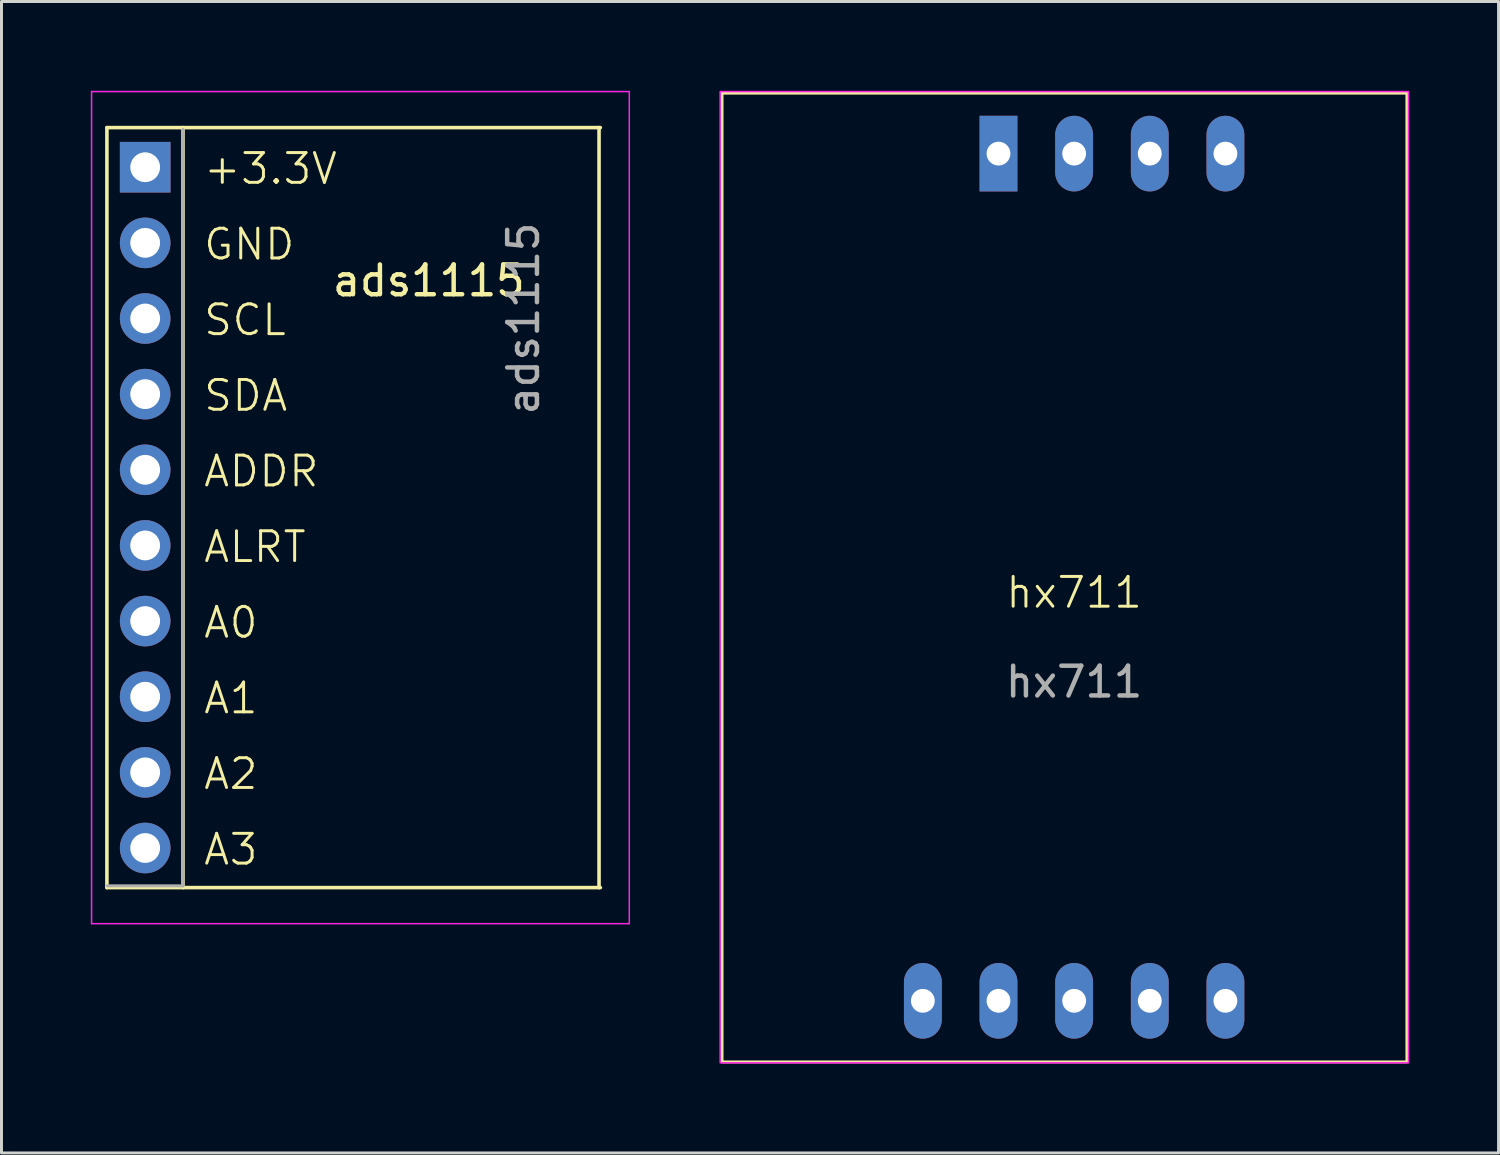
<source format=kicad_pcb>
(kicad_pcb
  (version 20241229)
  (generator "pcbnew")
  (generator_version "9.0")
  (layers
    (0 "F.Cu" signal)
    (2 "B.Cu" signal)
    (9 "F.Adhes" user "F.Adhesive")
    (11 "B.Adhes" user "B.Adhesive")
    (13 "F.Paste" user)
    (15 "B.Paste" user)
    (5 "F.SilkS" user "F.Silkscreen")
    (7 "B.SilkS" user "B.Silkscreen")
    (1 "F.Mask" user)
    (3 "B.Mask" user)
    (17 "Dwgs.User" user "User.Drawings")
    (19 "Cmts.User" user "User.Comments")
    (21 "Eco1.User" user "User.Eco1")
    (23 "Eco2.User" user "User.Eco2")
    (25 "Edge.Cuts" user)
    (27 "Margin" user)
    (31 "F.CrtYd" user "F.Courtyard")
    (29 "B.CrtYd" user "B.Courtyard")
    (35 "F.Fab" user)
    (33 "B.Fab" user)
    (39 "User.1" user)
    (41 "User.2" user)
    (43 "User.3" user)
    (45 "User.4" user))
  (footprint "hx711"
    (layer "F.Cu")
    (at 33.018 17.348)
    (property "Reference" "hx711" (at 0 -0.5 0) (unlocked yes) (layer "F.SilkS") (effects (font (size 1 1) (thickness 0.1))))
    (attr through_hole)
    (fp_rect (start -11.824 -17.272) (end 11.176 15.26) (stroke (width 0.1) (type solid)) (fill no) (layer "F.SilkS"))
    (fp_rect (start -11.887 -17.323) (end 11.227 15.291) (stroke (width 0.05) (type default)) (fill no) (layer "F.CrtYd"))
    (fp_text user "${REFERENCE}" (at 0 2.5 0) (unlocked yes) (layer "F.Fab") (effects (font (size 1 1) (thickness 0.15))))
    (pad "1" thru_hole rect (at -2.54 -15.24 90) (size 2.54 1.27) (drill 0.8) (layers "*.Cu" "*.Mask"))
    (pad "2" thru_hole oval (at 0 -15.24 90) (size 2.54 1.27) (drill 0.8) (layers "*.Cu" "*.Mask"))
    (pad "3" thru_hole oval (at 2.54 -15.24 90) (size 2.54 1.27) (drill 0.8) (layers "*.Cu" "*.Mask"))
    (pad "4" thru_hole oval (at 5.08 -15.24 90) (size 2.54 1.27) (drill 0.8) (layers "*.Cu" "*.Mask"))
    (pad "5" thru_hole oval (at 5.08 13.208 90) (size 2.54 1.27) (drill 0.8) (layers "*.Cu" "*.Mask"))
    (pad "6" thru_hole oval (at 2.54 13.208 90) (size 2.54 1.27) (drill 0.8) (layers "*.Cu" "*.Mask"))
    (pad "7" thru_hole oval (at 0 13.208 90) (size 2.54 1.27) (drill 0.8) (layers "*.Cu" "*.Mask"))
    (pad "8" thru_hole oval (at -2.54 13.208 90) (size 2.54 1.27) (drill 0.8) (layers "*.Cu" "*.Mask"))
    (pad "9" thru_hole oval (at -5.08 13.208 90) (size 2.54 1.27) (drill 0.8) (layers "*.Cu" "*.Mask")))
  (footprint "ads1115"
    (layer "F.Cu")
    (at 1.825 2.565)
    (property "Reference" "ads1115" (at 9.525 3.81 0) (layer "F.SilkS") (effects (font (size 1 1) (thickness 0.15))))
    (attr through_hole)
    (fp_line (start -1.285 -1.33) (end -1.285 24.19) (stroke (width 0.12) (type solid)) (layer "F.SilkS"))
    (fp_line (start -1.285 -1.33) (end 15.285 -1.33) (stroke (width 0.12) (type solid)) (layer "F.SilkS"))
    (fp_line (start -1.285 24.19) (end 15.285 24.19) (stroke (width 0.12) (type solid)) (layer "F.SilkS"))
    (fp_line (start 1.27 -1.33) (end 1.27 24.19) (stroke (width 0.12) (type solid)) (layer "F.SilkS"))
    (fp_line (start 15.24 -1.33) (end 15.24 24.19) (stroke (width 0.12) (type solid)) (layer "F.SilkS"))
    (fp_line (start -1.8 -2.54) (end -1.8 25.4) (stroke (width 0.05) (type solid)) (layer "F.CrtYd"))
    (fp_line (start -1.8 25.4) (end 16.256 25.4) (stroke (width 0.05) (type solid)) (layer "F.CrtYd"))
    (fp_line (start 16.256 -2.54) (end -1.8 -2.54) (stroke (width 0.05) (type solid)) (layer "F.CrtYd"))
    (fp_line (start 16.256 25.4) (end 16.256 -2.54) (stroke (width 0.05) (type solid)) (layer "F.CrtYd"))
    (fp_line (start 1.27 -1.27) (end 1.27 24.13) (stroke (width 0.1) (type solid)) (layer "F.Fab"))
    (fp_line (start 1.27 24.13) (end -1.27 24.13) (stroke (width 0.1) (type solid)) (layer "F.Fab"))
    (fp_text user "A3" (at 1.905 23.495 0) (unlocked yes) (layer "F.SilkS") (effects (font (size 1 1) (thickness 0.1)) (justify left bottom)))
    (fp_text user "SDA" (at 1.905 8.255 0) (unlocked yes) (layer "F.SilkS") (effects (font (size 1 1) (thickness 0.1)) (justify left bottom)))
    (fp_text user "A1" (at 1.905 18.415 0) (unlocked yes) (layer "F.SilkS") (effects (font (size 1 1) (thickness 0.1)) (justify left bottom)))
    (fp_text user "A2" (at 1.905 20.955 0) (unlocked yes) (layer "F.SilkS") (effects (font (size 1 1) (thickness 0.1)) (justify left bottom)))
    (fp_text user "ADDR" (at 1.905 10.795 0) (unlocked yes) (layer "F.SilkS") (effects (font (size 1 1) (thickness 0.1)) (justify left bottom)))
    (fp_text user "ALRT" (at 1.905 13.335 0) (unlocked yes) (layer "F.SilkS") (effects (font (size 1 1) (thickness 0.1)) (justify left bottom)))
    (fp_text user "GND" (at 1.905 3.175 0) (unlocked yes) (layer "F.SilkS") (effects (font (size 1 1) (thickness 0.1)) (justify left bottom)))
    (fp_text user "+3.3V" (at 1.905 0.635 0) (unlocked yes) (layer "F.SilkS") (effects (font (size 1 1) (thickness 0.1)) (justify left bottom)))
    (fp_text user "A0" (at 1.905 15.875 0) (unlocked yes) (layer "F.SilkS") (effects (font (size 1 1) (thickness 0.1)) (justify left bottom)))
    (fp_text user "SCL" (at 1.905 5.715 0) (unlocked yes) (layer "F.SilkS") (effects (font (size 1 1) (thickness 0.1)) (justify left bottom)))
    (fp_text user "${REFERENCE}" (at 12.7 5.08 270) (layer "F.Fab") (effects (font (size 1 1) (thickness 0.15))))
    (pad "1" thru_hole rect (at 0 0) (size 1.7 1.7) (drill 1) (layers "*.Cu" "*.Mask"))
    (pad "2" thru_hole oval (at 0 2.54) (size 1.7 1.7) (drill 1) (layers "*.Cu" "*.Mask"))
    (pad "3" thru_hole oval (at 0 5.08) (size 1.7 1.7) (drill 1) (layers "*.Cu" "*.Mask"))
    (pad "4" thru_hole oval (at 0 7.62) (size 1.7 1.7) (drill 1) (layers "*.Cu" "*.Mask"))
    (pad "5" thru_hole oval (at 0 10.16) (size 1.7 1.7) (drill 1) (layers "*.Cu" "*.Mask"))
    (pad "6" thru_hole oval (at 0 12.7) (size 1.7 1.7) (drill 1) (layers "*.Cu" "*.Mask"))
    (pad "7" thru_hole oval (at 0 15.24) (size 1.7 1.7) (drill 1) (layers "*.Cu" "*.Mask"))
    (pad "8" thru_hole oval (at 0 17.78) (size 1.7 1.7) (drill 1) (layers "*.Cu" "*.Mask"))
    (pad "9" thru_hole oval (at 0 20.32) (size 1.7 1.7) (drill 1) (layers "*.Cu" "*.Mask"))
    (pad "10" thru_hole oval (at 0 22.86) (size 1.7 1.7) (drill 1) (layers "*.Cu" "*.Mask")))
  (gr_rect
    (start -3 -3)
    (end 47.27 35.664)
    (stroke (width 0.1) (type default))
    (fill no)
    (layer "Edge.Cuts")))
</source>
